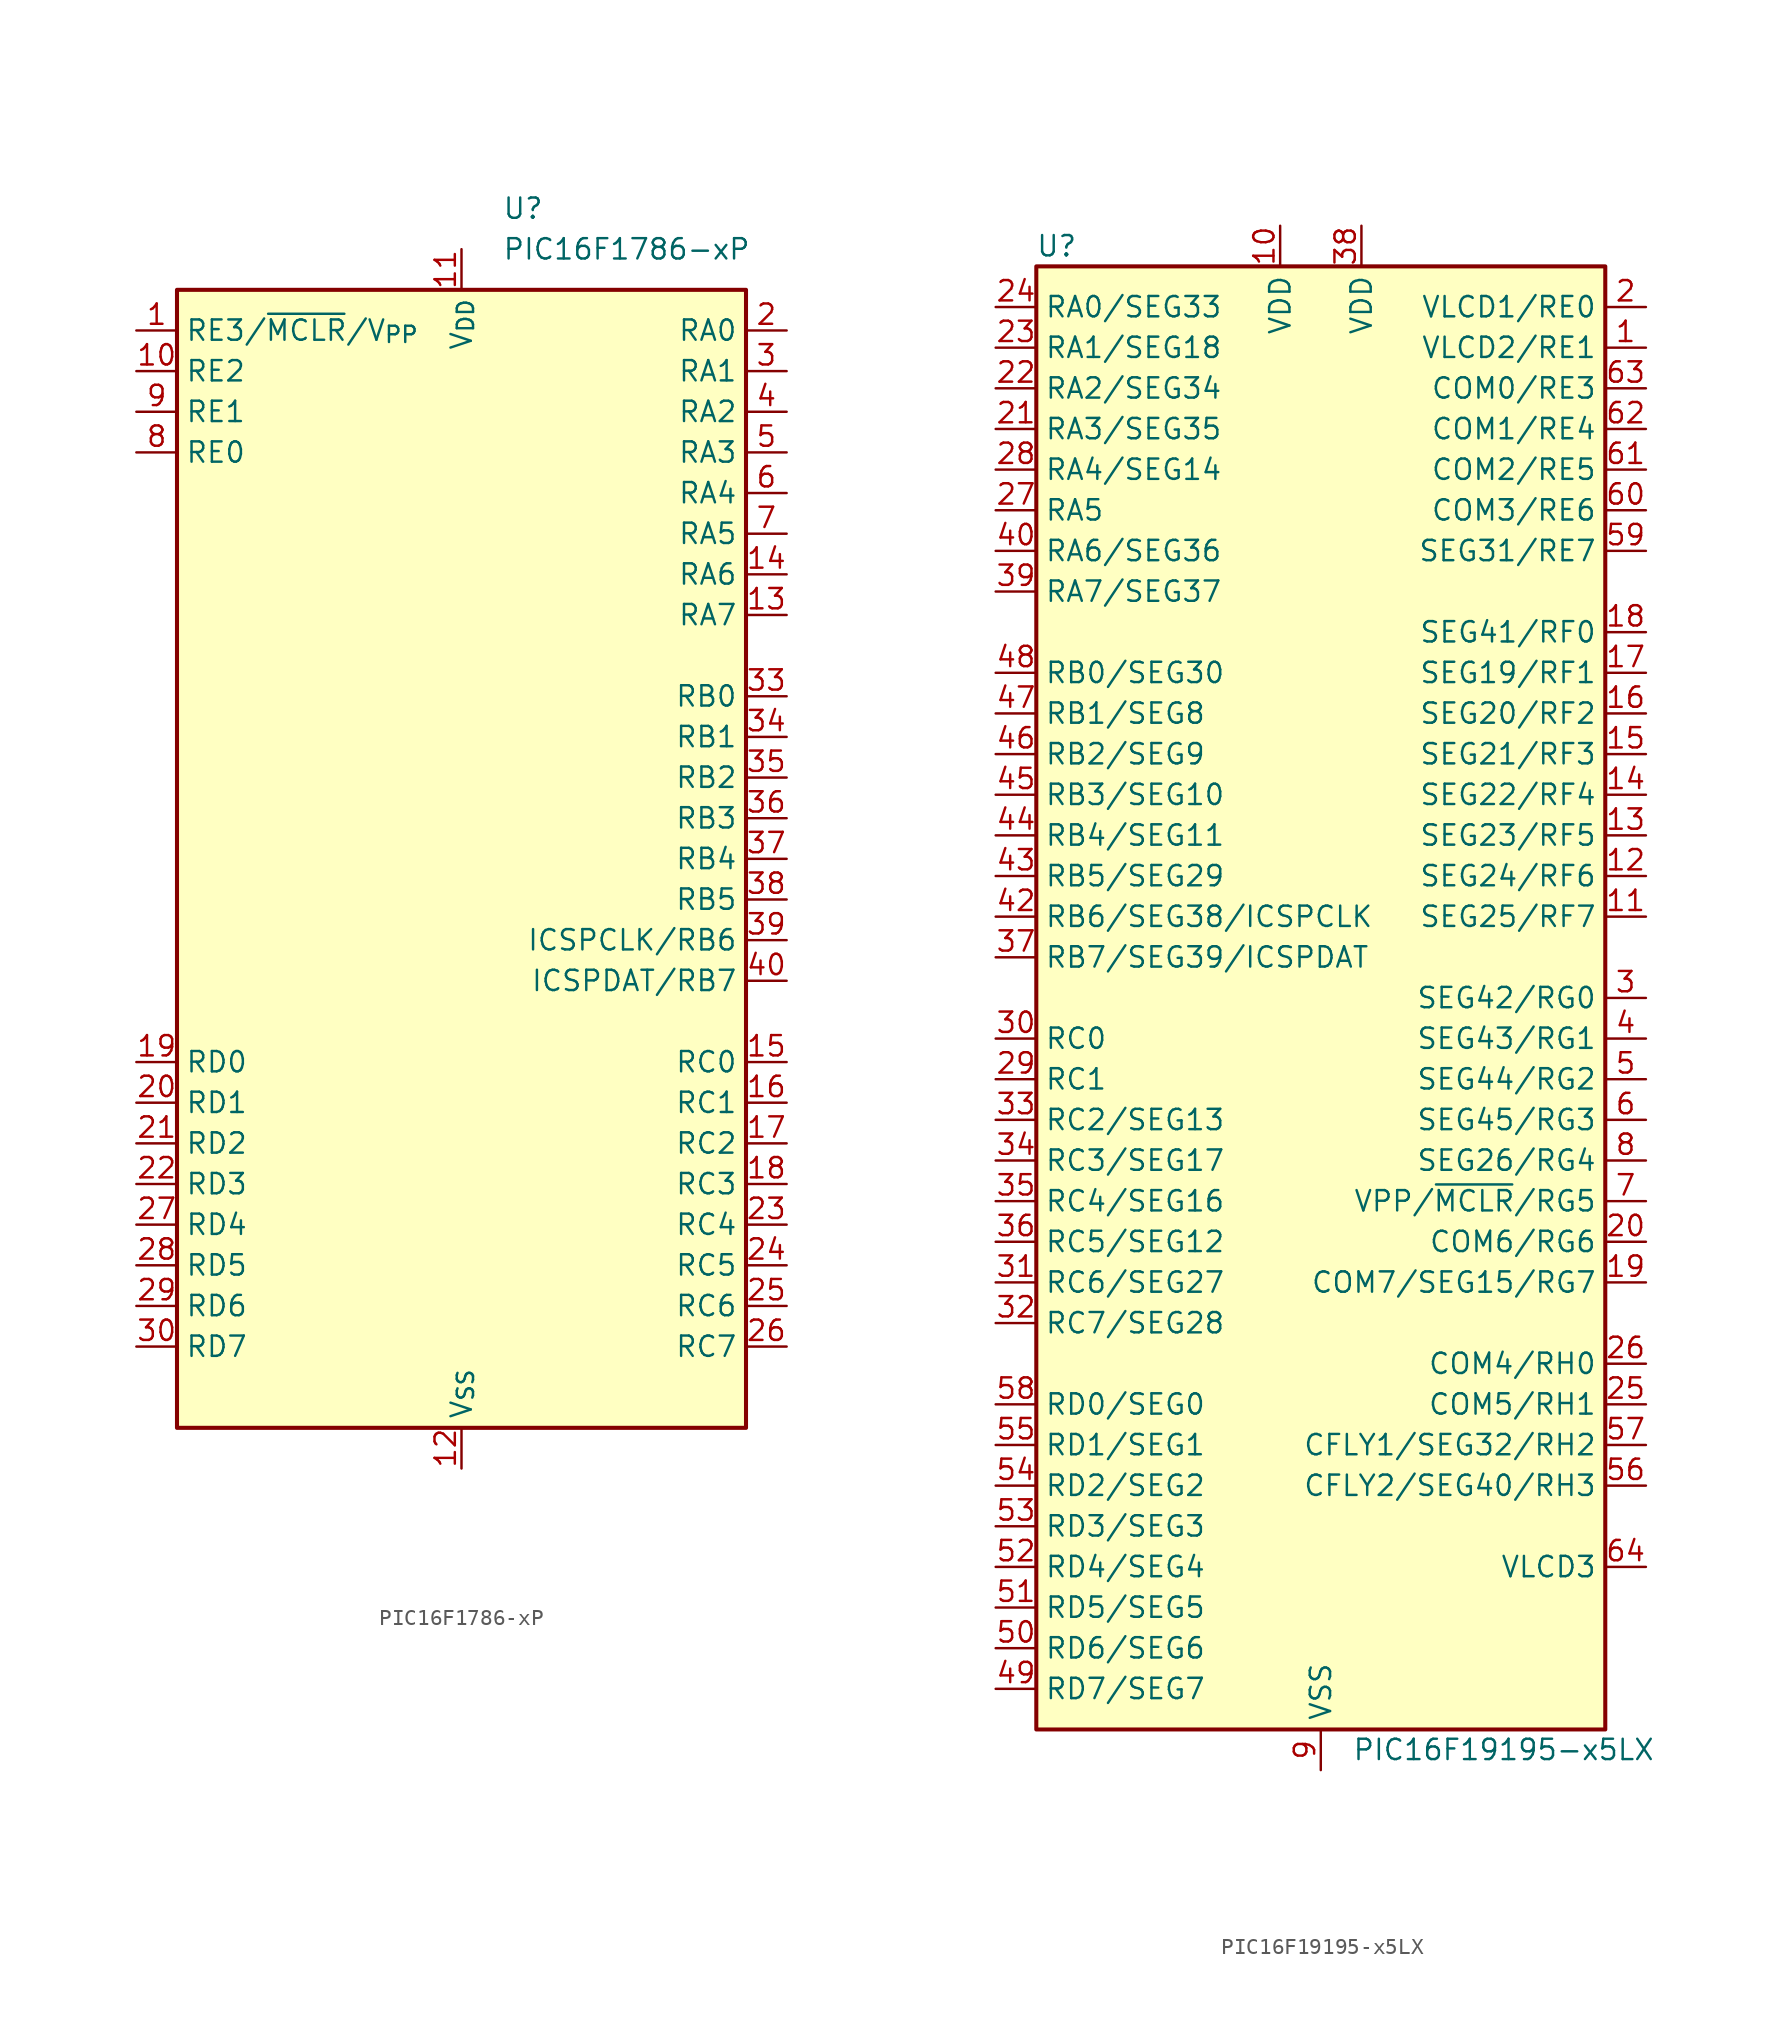
<source format=kicad_sym>
(kicad_symbol_lib
  (version 20231120)
  (generator "kicad_symbol_editor")
  (generator_version "8.0")
  (symbol "PIC16F1786-xP"
    (property "Reference" "U"
      (at 2.54 40.64 0)
      (effects (font (size 1.27 1.27)) (justify left)))
    (property "Value" "PIC16F1786-xP"
      (at 2.54 38.1 0)
      (effects (font (size 1.27 1.27)) (justify left)))
    (symbol "PIC16F1786-xP_0_1"
      (rectangle (start -17.78 35.56) (end 17.78 -35.56) (stroke (width 0.254) (type default)) (fill (type background))))
    (symbol "PIC16F1786-xP_1_1"
      (pin input line (at -20.32 33.02 0) (length 2.54) (name "RE3/~{MCLR}/V_{PP}" (effects (font (size 1.27 1.27)))) (number "1" (effects (font (size 1.27 1.27)))))
      (pin bidirectional line (at -20.32 30.48 0) (length 2.54) (name "RE2" (effects (font (size 1.27 1.27)))) (number "10" (effects (font (size 1.27 1.27)))))
      (pin power_in line (at 0 38.1 270) (length 2.54) (name "V_{DD}" (effects (font (size 1.27 1.27)))) (number "11" (effects (font (size 1.27 1.27)))))
      (pin power_in line (at 0 -38.1 90) (length 2.54) (name "V_{SS}" (effects (font (size 1.27 1.27)))) (number "12" (effects (font (size 1.27 1.27)))))
      (pin bidirectional line (at 20.32 15.24 180) (length 2.54) (name "RA7" (effects (font (size 1.27 1.27)))) (number "13" (effects (font (size 1.27 1.27)))))
      (pin bidirectional line (at 20.32 17.78 180) (length 2.54) (name "RA6" (effects (font (size 1.27 1.27)))) (number "14" (effects (font (size 1.27 1.27)))))
      (pin bidirectional line (at 20.32 -12.7 180) (length 2.54) (name "RC0" (effects (font (size 1.27 1.27)))) (number "15" (effects (font (size 1.27 1.27)))))
      (pin bidirectional line (at 20.32 -15.24 180) (length 2.54) (name "RC1" (effects (font (size 1.27 1.27)))) (number "16" (effects (font (size 1.27 1.27)))))
      (pin bidirectional line (at 20.32 -17.78 180) (length 2.54) (name "RC2" (effects (font (size 1.27 1.27)))) (number "17" (effects (font (size 1.27 1.27)))))
      (pin bidirectional line (at 20.32 -20.32 180) (length 2.54) (name "RC3" (effects (font (size 1.27 1.27)))) (number "18" (effects (font (size 1.27 1.27)))))
      (pin bidirectional line (at -20.32 -12.7 0) (length 2.54) (name "RD0" (effects (font (size 1.27 1.27)))) (number "19" (effects (font (size 1.27 1.27)))))
      (pin bidirectional line (at 20.32 33.02 180) (length 2.54) (name "RA0" (effects (font (size 1.27 1.27)))) (number "2" (effects (font (size 1.27 1.27)))))
      (pin bidirectional line (at -20.32 -15.24 0) (length 2.54) (name "RD1" (effects (font (size 1.27 1.27)))) (number "20" (effects (font (size 1.27 1.27)))))
      (pin bidirectional line (at -20.32 -17.78 0) (length 2.54) (name "RD2" (effects (font (size 1.27 1.27)))) (number "21" (effects (font (size 1.27 1.27)))))
      (pin bidirectional line (at -20.32 -20.32 0) (length 2.54) (name "RD3" (effects (font (size 1.27 1.27)))) (number "22" (effects (font (size 1.27 1.27)))))
      (pin bidirectional line (at 20.32 -22.86 180) (length 2.54) (name "RC4" (effects (font (size 1.27 1.27)))) (number "23" (effects (font (size 1.27 1.27)))))
      (pin bidirectional line (at 20.32 -25.4 180) (length 2.54) (name "RC5" (effects (font (size 1.27 1.27)))) (number "24" (effects (font (size 1.27 1.27)))))
      (pin bidirectional line (at 20.32 -27.94 180) (length 2.54) (name "RC6" (effects (font (size 1.27 1.27)))) (number "25" (effects (font (size 1.27 1.27)))))
      (pin bidirectional line (at 20.32 -30.48 180) (length 2.54) (name "RC7" (effects (font (size 1.27 1.27)))) (number "26" (effects (font (size 1.27 1.27)))))
      (pin bidirectional line (at -20.32 -22.86 0) (length 2.54) (name "RD4" (effects (font (size 1.27 1.27)))) (number "27" (effects (font (size 1.27 1.27)))))
      (pin bidirectional line (at -20.32 -25.4 0) (length 2.54) (name "RD5" (effects (font (size 1.27 1.27)))) (number "28" (effects (font (size 1.27 1.27)))))
      (pin bidirectional line (at -20.32 -27.94 0) (length 2.54) (name "RD6" (effects (font (size 1.27 1.27)))) (number "29" (effects (font (size 1.27 1.27)))))
      (pin bidirectional line (at 20.32 30.48 180) (length 2.54) (name "RA1" (effects (font (size 1.27 1.27)))) (number "3" (effects (font (size 1.27 1.27)))))
      (pin bidirectional line (at -20.32 -30.48 0) (length 2.54) (name "RD7" (effects (font (size 1.27 1.27)))) (number "30" (effects (font (size 1.27 1.27)))))
      (pin passive line (at 0 -38.1 90) (length 2.54) hide (name "V_{SS}" (effects (font (size 1.27 1.27)))) (number "31" (effects (font (size 1.27 1.27)))))
      (pin passive line (at 0 38.1 270) (length 2.54) hide (name "V_{DD}" (effects (font (size 1.27 1.27)))) (number "32" (effects (font (size 1.27 1.27)))))
      (pin bidirectional line (at 20.32 10.16 180) (length 2.54) (name "RB0" (effects (font (size 1.27 1.27)))) (number "33" (effects (font (size 1.27 1.27)))))
      (pin bidirectional line (at 20.32 7.62 180) (length 2.54) (name "RB1" (effects (font (size 1.27 1.27)))) (number "34" (effects (font (size 1.27 1.27)))))
      (pin bidirectional line (at 20.32 5.08 180) (length 2.54) (name "RB2" (effects (font (size 1.27 1.27)))) (number "35" (effects (font (size 1.27 1.27)))))
      (pin bidirectional line (at 20.32 2.54 180) (length 2.54) (name "RB3" (effects (font (size 1.27 1.27)))) (number "36" (effects (font (size 1.27 1.27)))))
      (pin bidirectional line (at 20.32 0 180) (length 2.54) (name "RB4" (effects (font (size 1.27 1.27)))) (number "37" (effects (font (size 1.27 1.27)))))
      (pin bidirectional line (at 20.32 -2.54 180) (length 2.54) (name "RB5" (effects (font (size 1.27 1.27)))) (number "38" (effects (font (size 1.27 1.27)))))
      (pin bidirectional line (at 20.32 -5.08 180) (length 2.54) (name "ICSPCLK/RB6" (effects (font (size 1.27 1.27)))) (number "39" (effects (font (size 1.27 1.27)))))
      (pin bidirectional line (at 20.32 27.94 180) (length 2.54) (name "RA2" (effects (font (size 1.27 1.27)))) (number "4" (effects (font (size 1.27 1.27)))))
      (pin bidirectional line (at 20.32 -7.62 180) (length 2.54) (name "ICSPDAT/RB7" (effects (font (size 1.27 1.27)))) (number "40" (effects (font (size 1.27 1.27)))))
      (pin bidirectional line (at 20.32 25.4 180) (length 2.54) (name "RA3" (effects (font (size 1.27 1.27)))) (number "5" (effects (font (size 1.27 1.27)))))
      (pin bidirectional line (at 20.32 22.86 180) (length 2.54) (name "RA4" (effects (font (size 1.27 1.27)))) (number "6" (effects (font (size 1.27 1.27)))))
      (pin bidirectional line (at 20.32 20.32 180) (length 2.54) (name "RA5" (effects (font (size 1.27 1.27)))) (number "7" (effects (font (size 1.27 1.27)))))
      (pin bidirectional line (at -20.32 25.4 0) (length 2.54) (name "RE0" (effects (font (size 1.27 1.27)))) (number "8" (effects (font (size 1.27 1.27)))))
      (pin bidirectional line (at -20.32 27.94 0) (length 2.54) (name "RE1" (effects (font (size 1.27 1.27)))) (number "9" (effects (font (size 1.27 1.27)))))))
  (symbol "PIC16F19195-x5LX"
    (property "Reference" "U"
      (at -16.51 46.99 0)
      (effects (font (size 1.27 1.27))))
    (property "Value" "PIC16F19195-x5LX"
      (at 11.43 -46.99 0)
      (effects (font (size 1.27 1.27))))
    (symbol "PIC16F19195-x5LX_0_1"
      (rectangle (start -17.78 45.72) (end 17.78 -45.72) (stroke (width 0.254) (type default)) (fill (type background))))
    (symbol "PIC16F19195-x5LX_1_1"
      (pin bidirectional line (at 20.32 40.64 180) (length 2.54) (name "VLCD2/RE1" (effects (font (size 1.27 1.27)))) (number "1" (effects (font (size 1.27 1.27)))))
      (pin power_in line (at -2.54 48.26 270) (length 2.54) (name "VDD" (effects (font (size 1.27 1.27)))) (number "10" (effects (font (size 1.27 1.27)))))
      (pin bidirectional line (at 20.32 5.08 180) (length 2.54) (name "SEG25/RF7" (effects (font (size 1.27 1.27)))) (number "11" (effects (font (size 1.27 1.27)))))
      (pin bidirectional line (at 20.32 7.62 180) (length 2.54) (name "SEG24/RF6" (effects (font (size 1.27 1.27)))) (number "12" (effects (font (size 1.27 1.27)))))
      (pin bidirectional line (at 20.32 10.16 180) (length 2.54) (name "SEG23/RF5" (effects (font (size 1.27 1.27)))) (number "13" (effects (font (size 1.27 1.27)))))
      (pin bidirectional line (at 20.32 12.7 180) (length 2.54) (name "SEG22/RF4" (effects (font (size 1.27 1.27)))) (number "14" (effects (font (size 1.27 1.27)))))
      (pin bidirectional line (at 20.32 15.24 180) (length 2.54) (name "SEG21/RF3" (effects (font (size 1.27 1.27)))) (number "15" (effects (font (size 1.27 1.27)))))
      (pin bidirectional line (at 20.32 17.78 180) (length 2.54) (name "SEG20/RF2" (effects (font (size 1.27 1.27)))) (number "16" (effects (font (size 1.27 1.27)))))
      (pin bidirectional line (at 20.32 20.32 180) (length 2.54) (name "SEG19/RF1" (effects (font (size 1.27 1.27)))) (number "17" (effects (font (size 1.27 1.27)))))
      (pin bidirectional line (at 20.32 22.86 180) (length 2.54) (name "SEG41/RF0" (effects (font (size 1.27 1.27)))) (number "18" (effects (font (size 1.27 1.27)))))
      (pin bidirectional line (at 20.32 -17.78 180) (length 2.54) (name "COM7/SEG15/RG7" (effects (font (size 1.27 1.27)))) (number "19" (effects (font (size 1.27 1.27)))))
      (pin bidirectional line (at 20.32 43.18 180) (length 2.54) (name "VLCD1/RE0" (effects (font (size 1.27 1.27)))) (number "2" (effects (font (size 1.27 1.27)))))
      (pin bidirectional line (at 20.32 -15.24 180) (length 2.54) (name "COM6/RG6" (effects (font (size 1.27 1.27)))) (number "20" (effects (font (size 1.27 1.27)))))
      (pin bidirectional line (at -20.32 35.56 0) (length 2.54) (name "RA3/SEG35" (effects (font (size 1.27 1.27)))) (number "21" (effects (font (size 1.27 1.27)))))
      (pin bidirectional line (at -20.32 38.1 0) (length 2.54) (name "RA2/SEG34" (effects (font (size 1.27 1.27)))) (number "22" (effects (font (size 1.27 1.27)))))
      (pin bidirectional line (at -20.32 40.64 0) (length 2.54) (name "RA1/SEG18" (effects (font (size 1.27 1.27)))) (number "23" (effects (font (size 1.27 1.27)))))
      (pin bidirectional line (at -20.32 43.18 0) (length 2.54) (name "RA0/SEG33" (effects (font (size 1.27 1.27)))) (number "24" (effects (font (size 1.27 1.27)))))
      (pin bidirectional line (at 20.32 -25.4 180) (length 2.54) (name "COM5/RH1" (effects (font (size 1.27 1.27)))) (number "25" (effects (font (size 1.27 1.27)))))
      (pin bidirectional line (at 20.32 -22.86 180) (length 2.54) (name "COM4/RH0" (effects (font (size 1.27 1.27)))) (number "26" (effects (font (size 1.27 1.27)))))
      (pin bidirectional line (at -20.32 30.48 0) (length 2.54) (name "RA5" (effects (font (size 1.27 1.27)))) (number "27" (effects (font (size 1.27 1.27)))))
      (pin bidirectional line (at -20.32 33.02 0) (length 2.54) (name "RA4/SEG14" (effects (font (size 1.27 1.27)))) (number "28" (effects (font (size 1.27 1.27)))))
      (pin bidirectional line (at -20.32 -5.08 0) (length 2.54) (name "RC1" (effects (font (size 1.27 1.27)))) (number "29" (effects (font (size 1.27 1.27)))))
      (pin bidirectional line (at 20.32 0 180) (length 2.54) (name "SEG42/RG0" (effects (font (size 1.27 1.27)))) (number "3" (effects (font (size 1.27 1.27)))))
      (pin bidirectional line (at -20.32 -2.54 0) (length 2.54) (name "RC0" (effects (font (size 1.27 1.27)))) (number "30" (effects (font (size 1.27 1.27)))))
      (pin bidirectional line (at -20.32 -17.78 0) (length 2.54) (name "RC6/SEG27" (effects (font (size 1.27 1.27)))) (number "31" (effects (font (size 1.27 1.27)))))
      (pin bidirectional line (at -20.32 -20.32 0) (length 2.54) (name "RC7/SEG28" (effects (font (size 1.27 1.27)))) (number "32" (effects (font (size 1.27 1.27)))))
      (pin bidirectional line (at -20.32 -7.62 0) (length 2.54) (name "RC2/SEG13" (effects (font (size 1.27 1.27)))) (number "33" (effects (font (size 1.27 1.27)))))
      (pin bidirectional line (at -20.32 -10.16 0) (length 2.54) (name "RC3/SEG17" (effects (font (size 1.27 1.27)))) (number "34" (effects (font (size 1.27 1.27)))))
      (pin bidirectional line (at -20.32 -12.7 0) (length 2.54) (name "RC4/SEG16" (effects (font (size 1.27 1.27)))) (number "35" (effects (font (size 1.27 1.27)))))
      (pin bidirectional line (at -20.32 -15.24 0) (length 2.54) (name "RC5/SEG12" (effects (font (size 1.27 1.27)))) (number "36" (effects (font (size 1.27 1.27)))))
      (pin bidirectional line (at -20.32 2.54 0) (length 2.54) (name "RB7/SEG39/ICSPDAT" (effects (font (size 1.27 1.27)))) (number "37" (effects (font (size 1.27 1.27)))))
      (pin power_in line (at 2.54 48.26 270) (length 2.54) (name "VDD" (effects (font (size 1.27 1.27)))) (number "38" (effects (font (size 1.27 1.27)))))
      (pin bidirectional line (at -20.32 25.4 0) (length 2.54) (name "RA7/SEG37" (effects (font (size 1.27 1.27)))) (number "39" (effects (font (size 1.27 1.27)))))
      (pin bidirectional line (at 20.32 -2.54 180) (length 2.54) (name "SEG43/RG1" (effects (font (size 1.27 1.27)))) (number "4" (effects (font (size 1.27 1.27)))))
      (pin bidirectional line (at -20.32 27.94 0) (length 2.54) (name "RA6/SEG36" (effects (font (size 1.27 1.27)))) (number "40" (effects (font (size 1.27 1.27)))))
      (pin passive line (at 0 -48.26 90) (length 2.54) hide (name "VSS" (effects (font (size 1.27 1.27)))) (number "41" (effects (font (size 1.27 1.27)))))
      (pin bidirectional line (at -20.32 5.08 0) (length 2.54) (name "RB6/SEG38/ICSPCLK" (effects (font (size 1.27 1.27)))) (number "42" (effects (font (size 1.27 1.27)))))
      (pin bidirectional line (at -20.32 7.62 0) (length 2.54) (name "RB5/SEG29" (effects (font (size 1.27 1.27)))) (number "43" (effects (font (size 1.27 1.27)))))
      (pin bidirectional line (at -20.32 10.16 0) (length 2.54) (name "RB4/SEG11" (effects (font (size 1.27 1.27)))) (number "44" (effects (font (size 1.27 1.27)))))
      (pin bidirectional line (at -20.32 12.7 0) (length 2.54) (name "RB3/SEG10" (effects (font (size 1.27 1.27)))) (number "45" (effects (font (size 1.27 1.27)))))
      (pin bidirectional line (at -20.32 15.24 0) (length 2.54) (name "RB2/SEG9" (effects (font (size 1.27 1.27)))) (number "46" (effects (font (size 1.27 1.27)))))
      (pin bidirectional line (at -20.32 17.78 0) (length 2.54) (name "RB1/SEG8" (effects (font (size 1.27 1.27)))) (number "47" (effects (font (size 1.27 1.27)))))
      (pin bidirectional line (at -20.32 20.32 0) (length 2.54) (name "RB0/SEG30" (effects (font (size 1.27 1.27)))) (number "48" (effects (font (size 1.27 1.27)))))
      (pin bidirectional line (at -20.32 -43.18 0) (length 2.54) (name "RD7/SEG7" (effects (font (size 1.27 1.27)))) (number "49" (effects (font (size 1.27 1.27)))))
      (pin bidirectional line (at 20.32 -5.08 180) (length 2.54) (name "SEG44/RG2" (effects (font (size 1.27 1.27)))) (number "5" (effects (font (size 1.27 1.27)))))
      (pin bidirectional line (at -20.32 -40.64 0) (length 2.54) (name "RD6/SEG6" (effects (font (size 1.27 1.27)))) (number "50" (effects (font (size 1.27 1.27)))))
      (pin bidirectional line (at -20.32 -38.1 0) (length 2.54) (name "RD5/SEG5" (effects (font (size 1.27 1.27)))) (number "51" (effects (font (size 1.27 1.27)))))
      (pin bidirectional line (at -20.32 -35.56 0) (length 2.54) (name "RD4/SEG4" (effects (font (size 1.27 1.27)))) (number "52" (effects (font (size 1.27 1.27)))))
      (pin bidirectional line (at -20.32 -33.02 0) (length 2.54) (name "RD3/SEG3" (effects (font (size 1.27 1.27)))) (number "53" (effects (font (size 1.27 1.27)))))
      (pin bidirectional line (at -20.32 -30.48 0) (length 2.54) (name "RD2/SEG2" (effects (font (size 1.27 1.27)))) (number "54" (effects (font (size 1.27 1.27)))))
      (pin bidirectional line (at -20.32 -27.94 0) (length 2.54) (name "RD1/SEG1" (effects (font (size 1.27 1.27)))) (number "55" (effects (font (size 1.27 1.27)))))
      (pin bidirectional line (at 20.32 -30.48 180) (length 2.54) (name "CFLY2/SEG40/RH3" (effects (font (size 1.27 1.27)))) (number "56" (effects (font (size 1.27 1.27)))))
      (pin bidirectional line (at 20.32 -27.94 180) (length 2.54) (name "CFLY1/SEG32/RH2" (effects (font (size 1.27 1.27)))) (number "57" (effects (font (size 1.27 1.27)))))
      (pin bidirectional line (at -20.32 -25.4 0) (length 2.54) (name "RD0/SEG0" (effects (font (size 1.27 1.27)))) (number "58" (effects (font (size 1.27 1.27)))))
      (pin bidirectional line (at 20.32 27.94 180) (length 2.54) (name "SEG31/RE7" (effects (font (size 1.27 1.27)))) (number "59" (effects (font (size 1.27 1.27)))))
      (pin bidirectional line (at 20.32 -7.62 180) (length 2.54) (name "SEG45/RG3" (effects (font (size 1.27 1.27)))) (number "6" (effects (font (size 1.27 1.27)))))
      (pin bidirectional line (at 20.32 30.48 180) (length 2.54) (name "COM3/RE6" (effects (font (size 1.27 1.27)))) (number "60" (effects (font (size 1.27 1.27)))))
      (pin bidirectional line (at 20.32 33.02 180) (length 2.54) (name "COM2/RE5" (effects (font (size 1.27 1.27)))) (number "61" (effects (font (size 1.27 1.27)))))
      (pin bidirectional line (at 20.32 35.56 180) (length 2.54) (name "COM1/RE4" (effects (font (size 1.27 1.27)))) (number "62" (effects (font (size 1.27 1.27)))))
      (pin bidirectional line (at 20.32 38.1 180) (length 2.54) (name "COM0/RE3" (effects (font (size 1.27 1.27)))) (number "63" (effects (font (size 1.27 1.27)))))
      (pin input line (at 20.32 -35.56 180) (length 2.54) (name "VLCD3" (effects (font (size 1.27 1.27)))) (number "64" (effects (font (size 1.27 1.27)))))
      (pin passive line (at 0 -48.26 90) (length 2.54) hide (name "VSS" (effects (font (size 1.27 1.27)))) (number "65" (effects (font (size 1.27 1.27)))))
      (pin bidirectional line (at 20.32 -12.7 180) (length 2.54) (name "VPP/~{MCLR}/RG5" (effects (font (size 1.27 1.27)))) (number "7" (effects (font (size 1.27 1.27)))))
      (pin bidirectional line (at 20.32 -10.16 180) (length 2.54) (name "SEG26/RG4" (effects (font (size 1.27 1.27)))) (number "8" (effects (font (size 1.27 1.27)))))
      (pin power_in line (at 0 -48.26 90) (length 2.54) (name "VSS" (effects (font (size 1.27 1.27)))) (number "9" (effects (font (size 1.27 1.27))))))))
</source>
